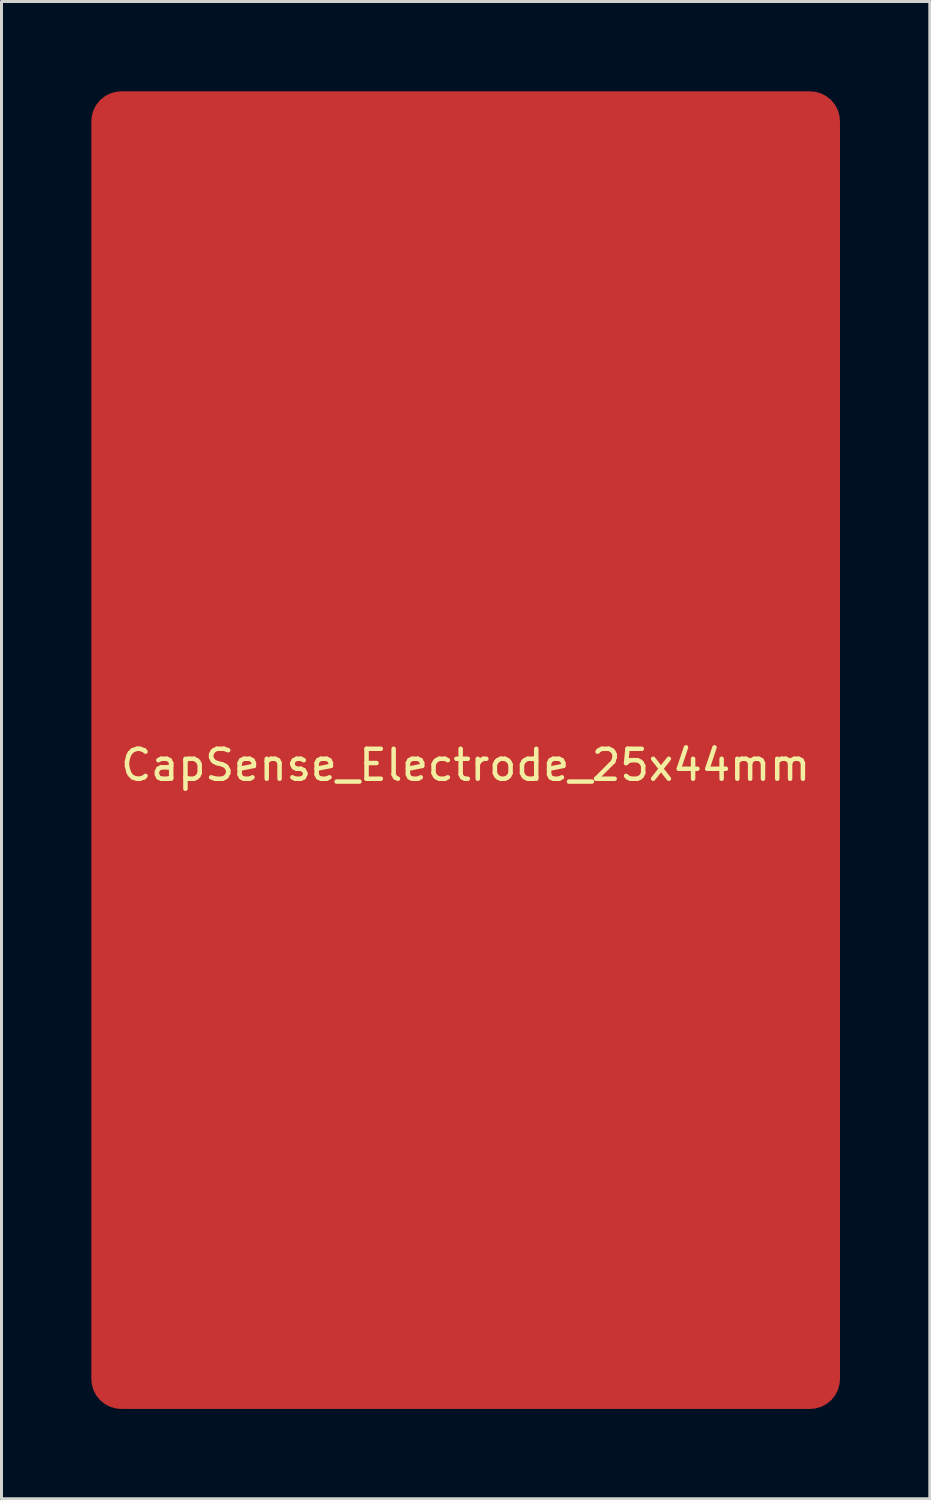
<source format=kicad_pcb>
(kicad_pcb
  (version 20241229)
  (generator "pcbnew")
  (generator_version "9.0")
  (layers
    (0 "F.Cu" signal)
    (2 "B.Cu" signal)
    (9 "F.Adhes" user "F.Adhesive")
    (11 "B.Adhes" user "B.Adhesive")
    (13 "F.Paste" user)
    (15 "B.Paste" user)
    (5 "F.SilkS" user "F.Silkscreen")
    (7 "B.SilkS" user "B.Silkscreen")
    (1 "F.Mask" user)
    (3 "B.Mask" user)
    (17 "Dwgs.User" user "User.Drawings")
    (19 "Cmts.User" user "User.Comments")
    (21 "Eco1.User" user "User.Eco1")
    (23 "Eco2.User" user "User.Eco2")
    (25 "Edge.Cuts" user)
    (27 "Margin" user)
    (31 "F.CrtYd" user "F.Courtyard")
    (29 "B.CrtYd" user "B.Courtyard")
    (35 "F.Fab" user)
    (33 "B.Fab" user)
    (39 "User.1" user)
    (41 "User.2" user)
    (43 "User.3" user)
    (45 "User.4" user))
  (footprint "CapSense_Electrode_25x44mm"
    (layer "F.Cu")
    (at 12.5 22)
    (property "Reference" "CapSense_Electrode_25x44mm" (at 0 0.5 0) (layer "F.SilkS") (effects (font (size 1 1) (thickness 0.15))))
    (attr through_hole)
    (pad "1" smd roundrect (at 0 0) (size 25 44) (layers "F.Cu") (roundrect_rratio 0.04)))
  (gr_rect
    (start -3 -3)
    (end 28 47)
    (stroke (width 0.1) (type default))
    (fill no)
    (layer "Edge.Cuts")))
</source>
